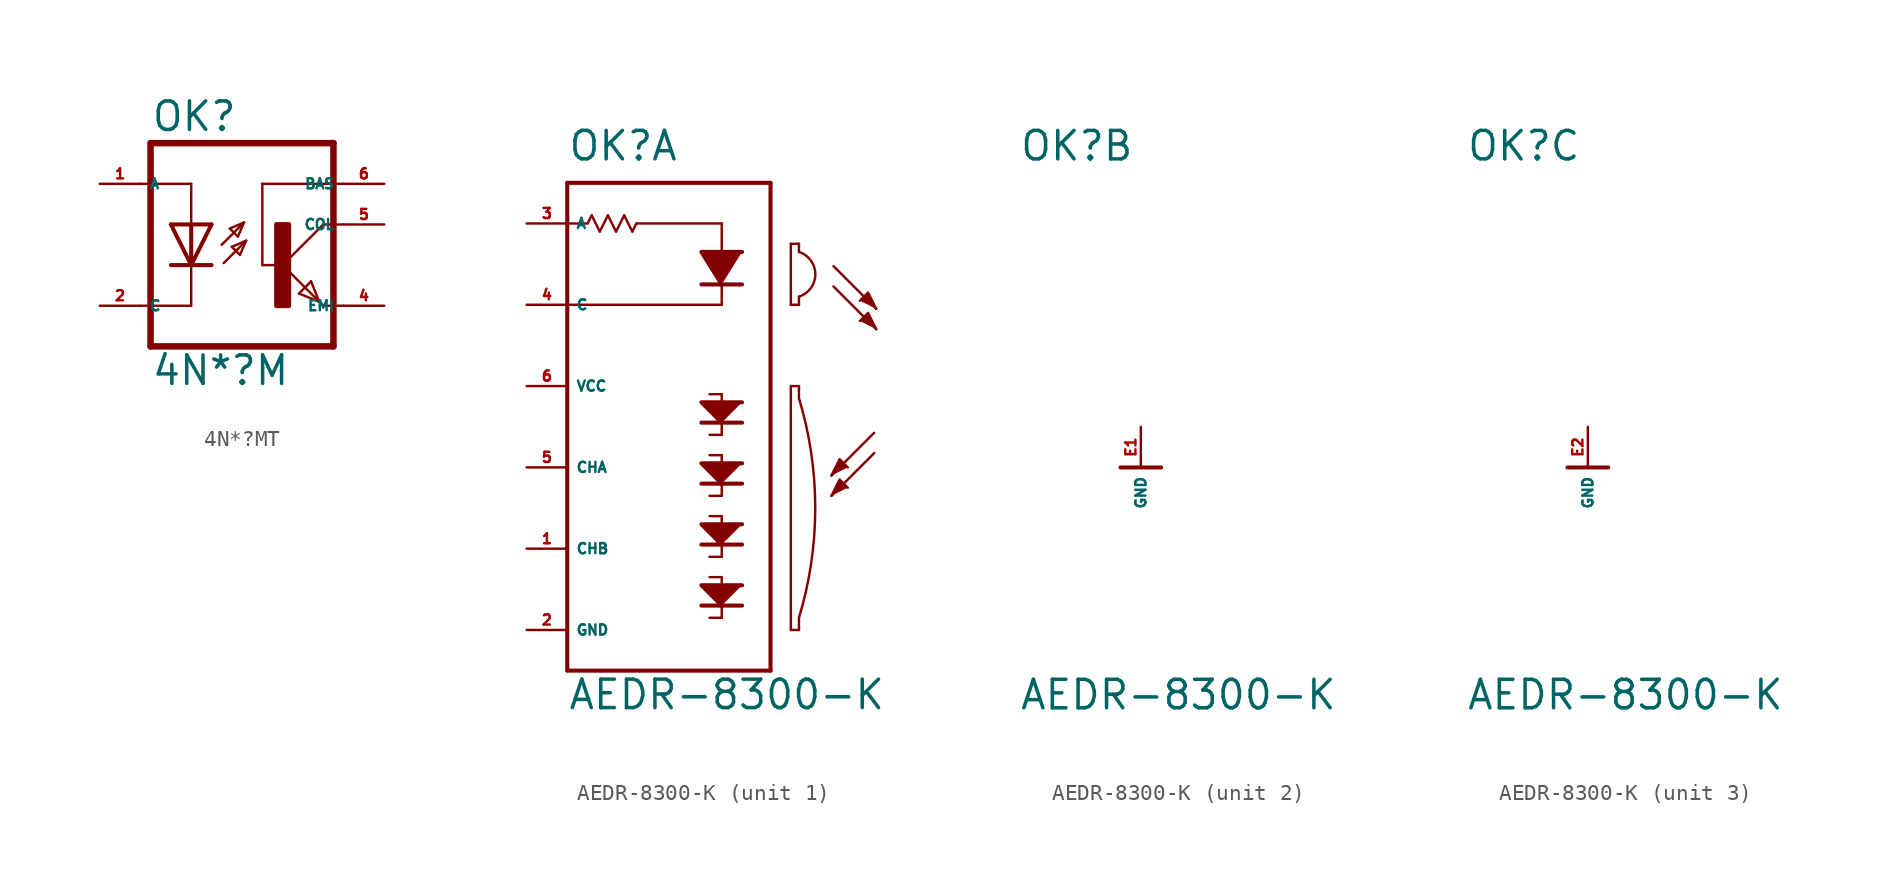
<source format=kicad_sym>
(kicad_symbol_lib
  (version 20220914)
  (generator kicad_symbol_editor)
  (symbol "4N*?MT"
    (property "Reference" "OK"
      (at -6.985 5.715 0)
      (effects (font (size 1.778 1.778) (thickness 0.22)) (justify left bottom)))
    (property "Value" "4N*?M"
      (at -6.985 -10.16 0)
      (effects (font (size 1.778 1.778) (thickness 0.22)) (justify left bottom)))
    (symbol "4N*?MT_1_1"
      (polyline (pts (xy -7.62 2.54) (xy -4.445 2.54)) (stroke (width 0.152) (type default)) (fill (type none)))
      (polyline (pts (xy -6.985 -7.62) (xy 4.445 -7.62)) (stroke (width 0.406) (type default)) (fill (type none)))
      (polyline (pts (xy -6.985 5.08) (xy -6.985 -7.62)) (stroke (width 0.406) (type default)) (fill (type none)))
      (polyline (pts (xy -6.985 5.08) (xy 4.445 5.08)) (stroke (width 0.406) (type default)) (fill (type none)))
      (polyline (pts (xy -4.445 -5.08) (xy -7.62 -5.08)) (stroke (width 0.152) (type default)) (fill (type none)))
      (polyline (pts (xy -4.445 -2.54) (xy -5.715 -2.54)) (stroke (width 0.254) (type default)) (fill (type none)))
      (polyline (pts (xy -4.445 -2.54) (xy -5.715 0)) (stroke (width 0.254) (type default)) (fill (type none)))
      (polyline (pts (xy -4.445 -2.54) (xy -4.445 -5.08)) (stroke (width 0.152) (type default)) (fill (type none)))
      (polyline (pts (xy -4.445 0) (xy -5.715 0)) (stroke (width 0.254) (type default)) (fill (type none)))
      (polyline (pts (xy -4.445 0) (xy -4.445 -2.54)) (stroke (width 0.254) (type default)) (fill (type none)))
      (polyline (pts (xy -4.445 2.54) (xy -4.445 0)) (stroke (width 0.152) (type default)) (fill (type none)))
      (polyline (pts (xy -3.175 -2.54) (xy -4.445 -2.54)) (stroke (width 0.254) (type default)) (fill (type none)))
      (polyline (pts (xy -3.175 0) (xy -4.445 -2.54)) (stroke (width 0.254) (type default)) (fill (type none)))
      (polyline (pts (xy -3.175 0) (xy -4.445 0)) (stroke (width 0.254) (type default)) (fill (type none)))
      (polyline (pts (xy -2.54 -1.27) (xy -1.143 0.127)) (stroke (width 0.152) (type default)) (fill (type none)))
      (polyline (pts (xy -2.413 -2.413) (xy -1.016 -1.016)) (stroke (width 0.152) (type default)) (fill (type none)))
      (polyline (pts (xy -2.032 -0.254) (xy -1.524 -0.762)) (stroke (width 0.152) (type default)) (fill (type none)))
      (polyline (pts (xy -1.905 -1.397) (xy -1.397 -1.905)) (stroke (width 0.152) (type default)) (fill (type none)))
      (polyline (pts (xy -1.524 -0.762) (xy -1.143 0.127)) (stroke (width 0.152) (type default)) (fill (type none)))
      (polyline (pts (xy -1.397 -1.905) (xy -1.016 -1.016)) (stroke (width 0.152) (type default)) (fill (type none)))
      (polyline (pts (xy -1.143 0.127) (xy -2.032 -0.254)) (stroke (width 0.152) (type default)) (fill (type none)))
      (polyline (pts (xy -1.016 -1.016) (xy -1.905 -1.397)) (stroke (width 0.152) (type default)) (fill (type none)))
      (polyline (pts (xy 0 -2.54) (xy 0 2.54)) (stroke (width 0.152) (type default)) (fill (type none)))
      (polyline (pts (xy 0 -2.54) (xy 1.016 -2.54)) (stroke (width 0.152) (type default)) (fill (type none)))
      (polyline (pts (xy 0 2.54) (xy 5.08 2.54)) (stroke (width 0.152) (type default)) (fill (type none)))
      (polyline (pts (xy 1.27 -2.54) (xy 3.556 -4.826)) (stroke (width 0.152) (type default)) (fill (type none)))
      (polyline (pts (xy 2.286 -4.318) (xy 3.048 -3.556)) (stroke (width 0.152) (type default)) (fill (type none)))
      (polyline (pts (xy 3.048 -3.556) (xy 3.556 -4.826)) (stroke (width 0.152) (type default)) (fill (type none)))
      (polyline (pts (xy 3.556 -4.826) (xy 2.286 -4.318)) (stroke (width 0.152) (type default)) (fill (type none)))
      (polyline (pts (xy 3.556 -4.826) (xy 3.81 -5.08)) (stroke (width 0.152) (type default)) (fill (type none)))
      (polyline (pts (xy 3.81 -5.08) (xy 5.08 -5.08)) (stroke (width 0.152) (type default)) (fill (type none)))
      (polyline (pts (xy 3.81 0) (xy 1.27 -2.54)) (stroke (width 0.152) (type default)) (fill (type none)))
      (polyline (pts (xy 3.81 0) (xy 5.08 0)) (stroke (width 0.152) (type default)) (fill (type none)))
      (polyline (pts (xy 4.445 5.08) (xy 4.445 -7.62)) (stroke (width 0.406) (type default)) (fill (type none)))
      (rectangle (start 0.889 -5.08) (end 1.651 0) (stroke (width 0.3) (type default)) (fill (type outline)))
      (pin passive line (at -10.16 2.54 0) (length 2.54) (name "A" (effects (font (size 0.635 0.635)))) (number "1" (effects (font (size 0.635 0.635)))))
      (pin passive line (at -10.16 -5.08 0) (length 2.54) (name "C" (effects (font (size 0.635 0.635)))) (number "2" (effects (font (size 0.635 0.635)))))
      (pin passive line (at 7.62 -5.08 180) (length 2.54) (name "EMI" (effects (font (size 0.635 0.635)))) (number "4" (effects (font (size 0.635 0.635)))))
      (pin passive line (at 7.62 0 180) (length 2.54) (name "COL" (effects (font (size 0.635 0.635)))) (number "5" (effects (font (size 0.635 0.635)))))
      (pin passive line (at 7.62 2.54 180) (length 2.54) (name "BAS" (effects (font (size 0.635 0.635)))) (number "6" (effects (font (size 0.635 0.635)))))))
  (symbol "AEDR-8300-K"
    (property "Reference" "OK"
      (at -7.62 19.05 0)
      (effects (font (size 1.778 1.778) (thickness 0.22)) (justify left bottom)))
    (property "Value" "AEDR-8300-K"
      (at -7.62 -15.24 0)
      (effects (font (size 1.778 1.778) (thickness 0.22)) (justify left bottom)))
    (symbol "AEDR-8300-K_1_0"
      (polyline (pts (xy -7.62 -12.7) (xy -7.62 17.78)) (stroke (width 0.254) (type default)) (fill (type none)))
      (polyline (pts (xy -7.62 17.78) (xy 5.08 17.78)) (stroke (width 0.254) (type default)) (fill (type none)))
      (polyline (pts (xy -6.35 15.24) (xy -7.62 15.24)) (stroke (width 0.152) (type default)) (fill (type none)))
      (polyline (pts (xy -6.35 15.24) (xy -6.096 15.748)) (stroke (width 0.152) (type default)) (fill (type none)))
      (polyline (pts (xy -6.096 15.748) (xy -5.588 14.732)) (stroke (width 0.152) (type default)) (fill (type none)))
      (polyline (pts (xy -5.588 14.732) (xy -5.08 15.748)) (stroke (width 0.152) (type default)) (fill (type none)))
      (polyline (pts (xy -5.08 15.748) (xy -4.572 14.732)) (stroke (width 0.152) (type default)) (fill (type none)))
      (polyline (pts (xy -4.572 14.732) (xy -4.064 15.748)) (stroke (width 0.152) (type default)) (fill (type none)))
      (polyline (pts (xy -4.064 15.748) (xy -3.556 14.732)) (stroke (width 0.152) (type default)) (fill (type none)))
      (polyline (pts (xy -3.556 14.732) (xy -3.302 15.24)) (stroke (width 0.152) (type default)) (fill (type none)))
      (polyline (pts (xy 2.032 -9.398) (xy 1.27 -9.398)) (stroke (width 0.152) (type default)) (fill (type none)))
      (polyline (pts (xy 2.032 -8.636) (xy 0.762 -8.636)) (stroke (width 0.254) (type default)) (fill (type none)))
      (polyline (pts (xy 2.032 -8.636) (xy 2.032 -9.398)) (stroke (width 0.152) (type default)) (fill (type none)))
      (polyline (pts (xy 2.032 -6.858) (xy 1.27 -6.858)) (stroke (width 0.152) (type default)) (fill (type none)))
      (polyline (pts (xy 2.032 -6.858) (xy 2.032 -8.636)) (stroke (width 0.152) (type default)) (fill (type none)))
      (polyline (pts (xy 2.032 -5.588) (xy 1.27 -5.588)) (stroke (width 0.152) (type default)) (fill (type none)))
      (polyline (pts (xy 2.032 -4.826) (xy 0.762 -4.826)) (stroke (width 0.254) (type default)) (fill (type none)))
      (polyline (pts (xy 2.032 -4.826) (xy 2.032 -5.588)) (stroke (width 0.152) (type default)) (fill (type none)))
      (polyline (pts (xy 2.032 -3.048) (xy 1.27 -3.048)) (stroke (width 0.152) (type default)) (fill (type none)))
      (polyline (pts (xy 2.032 -3.048) (xy 2.032 -4.826)) (stroke (width 0.152) (type default)) (fill (type none)))
      (polyline (pts (xy 2.032 -1.778) (xy 1.27 -1.778)) (stroke (width 0.152) (type default)) (fill (type none)))
      (polyline (pts (xy 2.032 -1.016) (xy 0.762 -1.016)) (stroke (width 0.254) (type default)) (fill (type none)))
      (polyline (pts (xy 2.032 -1.016) (xy 2.032 -1.778)) (stroke (width 0.152) (type default)) (fill (type none)))
      (polyline (pts (xy 2.032 0.762) (xy 1.27 0.762)) (stroke (width 0.152) (type default)) (fill (type none)))
      (polyline (pts (xy 2.032 0.762) (xy 2.032 -1.016)) (stroke (width 0.152) (type default)) (fill (type none)))
      (polyline (pts (xy 2.032 2.032) (xy 1.27 2.032)) (stroke (width 0.152) (type default)) (fill (type none)))
      (polyline (pts (xy 2.032 2.794) (xy 0.762 2.794)) (stroke (width 0.254) (type default)) (fill (type none)))
      (polyline (pts (xy 2.032 2.794) (xy 2.032 2.032)) (stroke (width 0.152) (type default)) (fill (type none)))
      (polyline (pts (xy 2.032 4.572) (xy 1.27 4.572)) (stroke (width 0.152) (type default)) (fill (type none)))
      (polyline (pts (xy 2.032 4.572) (xy 2.032 2.794)) (stroke (width 0.152) (type default)) (fill (type none)))
      (polyline (pts (xy 2.032 10.16) (xy -7.62 10.16)) (stroke (width 0.152) (type default)) (fill (type none)))
      (polyline (pts (xy 2.032 11.43) (xy 0.762 11.43)) (stroke (width 0.254) (type default)) (fill (type none)))
      (polyline (pts (xy 2.032 11.43) (xy 2.032 10.16)) (stroke (width 0.152) (type default)) (fill (type none)))
      (polyline (pts (xy 2.032 15.24) (xy -3.302 15.24)) (stroke (width 0.152) (type default)) (fill (type none)))
      (polyline (pts (xy 2.032 15.24) (xy 2.032 11.43)) (stroke (width 0.152) (type default)) (fill (type none)))
      (polyline (pts (xy 3.302 -8.636) (xy 2.032 -8.636)) (stroke (width 0.254) (type default)) (fill (type none)))
      (polyline (pts (xy 3.302 -4.826) (xy 2.032 -4.826)) (stroke (width 0.254) (type default)) (fill (type none)))
      (polyline (pts (xy 3.302 -1.016) (xy 2.032 -1.016)) (stroke (width 0.254) (type default)) (fill (type none)))
      (polyline (pts (xy 3.302 2.794) (xy 2.032 2.794)) (stroke (width 0.254) (type default)) (fill (type none)))
      (polyline (pts (xy 3.302 11.43) (xy 2.032 11.43)) (stroke (width 0.254) (type default)) (fill (type none)))
      (polyline (pts (xy 5.08 -12.7) (xy -7.62 -12.7)) (stroke (width 0.254) (type default)) (fill (type none)))
      (polyline (pts (xy 5.08 17.78) (xy 5.08 -12.7)) (stroke (width 0.254) (type default)) (fill (type none)))
      (polyline (pts (xy 6.35 -10.16) (xy 6.858 -10.16)) (stroke (width 0.152) (type default)) (fill (type none)))
      (polyline (pts (xy 6.35 5.08) (xy 6.35 -10.16)) (stroke (width 0.152) (type default)) (fill (type none)))
      (polyline (pts (xy 6.35 10.16) (xy 6.858 10.16)) (stroke (width 0.152) (type default)) (fill (type none)))
      (polyline (pts (xy 6.35 13.97) (xy 6.35 10.16)) (stroke (width 0.152) (type default)) (fill (type none)))
      (polyline (pts (xy 6.858 -10.16) (xy 6.858 -9.398)) (stroke (width 0.152) (type default)) (fill (type none)))
      (polyline (pts (xy 6.858 4.318) (xy 6.858 5.08)) (stroke (width 0.152) (type default)) (fill (type none)))
      (polyline (pts (xy 6.858 5.08) (xy 6.35 5.08)) (stroke (width 0.152) (type default)) (fill (type none)))
      (polyline (pts (xy 6.858 10.16) (xy 6.858 10.668)) (stroke (width 0.152) (type default)) (fill (type none)))
      (polyline (pts (xy 6.858 13.462) (xy 6.858 13.97)) (stroke (width 0.152) (type default)) (fill (type none)))
      (polyline (pts (xy 6.858 13.97) (xy 6.35 13.97)) (stroke (width 0.152) (type default)) (fill (type none)))
      (polyline (pts (xy 9.017 11.303) (xy 11.684 8.636)) (stroke (width 0.152) (type default)) (fill (type none)))
      (polyline (pts (xy 9.017 12.573) (xy 11.684 9.906)) (stroke (width 0.152) (type default)) (fill (type none)))
      (polyline (pts (xy 11.557 0.889) (xy 8.89 -1.778)) (stroke (width 0.152) (type default)) (fill (type none)))
      (polyline (pts (xy 11.557 2.159) (xy 8.89 -0.508)) (stroke (width 0.152) (type default)) (fill (type none)))
      (polyline (pts (xy 2.032 -8.636) (xy 0.762 -7.366) (xy 3.302 -7.366)) (stroke (width 0.254) (type default)) (fill (type outline)))
      (polyline (pts (xy 2.032 -4.826) (xy 0.762 -3.556) (xy 3.302 -3.556)) (stroke (width 0.254) (type default)) (fill (type outline)))
      (polyline (pts (xy 2.032 -1.016) (xy 0.762 0.254) (xy 3.302 0.254)) (stroke (width 0.254) (type default)) (fill (type outline)))
      (polyline (pts (xy 2.032 2.794) (xy 0.762 4.064) (xy 3.302 4.064)) (stroke (width 0.254) (type default)) (fill (type outline)))
      (polyline (pts (xy 2.032 11.43) (xy 0.762 13.462) (xy 3.302 13.462)) (stroke (width 0.254) (type default)) (fill (type outline)))
      (polyline (pts (xy 8.89 -1.778) (xy 9.398 -0.762) (xy 9.906 -1.27)) (stroke (width 0.152) (type default)) (fill (type outline)))
      (polyline (pts (xy 8.89 -0.508) (xy 9.398 0.508) (xy 9.906 0)) (stroke (width 0.152) (type default)) (fill (type outline)))
      (polyline (pts (xy 11.684 8.636) (xy 11.176 9.652) (xy 10.668 9.144)) (stroke (width 0.152) (type default)) (fill (type outline)))
      (polyline (pts (xy 11.684 9.906) (xy 11.176 10.922) (xy 10.668 10.414)) (stroke (width 0.152) (type default)) (fill (type outline)))
      (arc (start 6.858 -9.398) (mid 7.875 -2.54) (end 6.858 4.318) (stroke (width 0.1524) (type default)) (fill (type none)))
      (arc (start 6.858 10.668) (mid 7.88 12.065) (end 6.858 13.462) (stroke (width 0.1524) (type default)) (fill (type none)))
      (pin passive line (at -10.16 -5.08 0) (length 2.54) (name "CHB" (effects (font (size 0.635 0.635)))) (number "1" (effects (font (size 0.635 0.635)))))
      (pin passive line (at -10.16 -10.16 0) (length 2.54) (name "GND" (effects (font (size 0.635 0.635)))) (number "2" (effects (font (size 0.635 0.635)))))
      (pin passive line (at -10.16 15.24 0) (length 2.54) (name "A" (effects (font (size 0.635 0.635)))) (number "3" (effects (font (size 0.635 0.635)))))
      (pin passive line (at -10.16 10.16 0) (length 2.54) (name "C" (effects (font (size 0.635 0.635)))) (number "4" (effects (font (size 0.635 0.635)))))
      (pin passive line (at -10.16 0 0) (length 2.54) (name "CHA" (effects (font (size 0.635 0.635)))) (number "5" (effects (font (size 0.635 0.635)))))
      (pin passive line (at -10.16 5.08 0) (length 2.54) (name "VCC" (effects (font (size 0.635 0.635)))) (number "6" (effects (font (size 0.635 0.635))))))
    (symbol "AEDR-8300-K_2_0"
      (polyline (pts (xy -1.27 0) (xy 1.27 0)) (stroke (width 0.254) (type default)) (fill (type none)))
      (pin unspecified line (at 0 2.54 270) (length 2.54) (name "GND" (effects (font (size 0.635 0.635)))) (number "E1" (effects (font (size 0.635 0.635))))))
    (symbol "AEDR-8300-K_3_0"
      (polyline (pts (xy -1.27 0) (xy 1.27 0)) (stroke (width 0.254) (type default)) (fill (type none)))
      (pin unspecified line (at 0 2.54 270) (length 2.54) (name "GND" (effects (font (size 0.635 0.635)))) (number "E2" (effects (font (size 0.635 0.635))))))))
</source>
